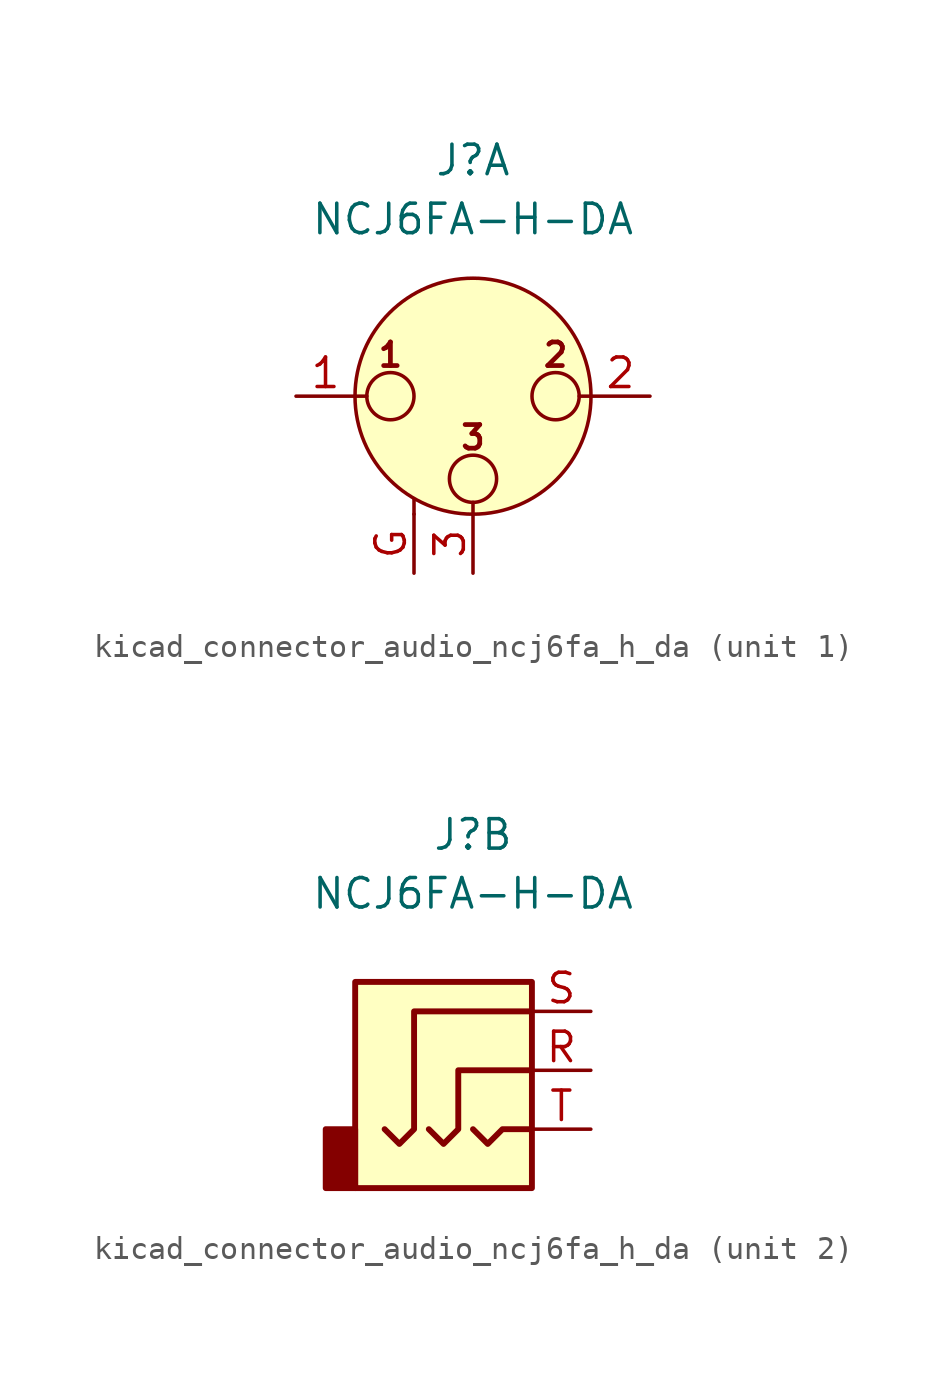
<source format=kicad_sym>
(kicad_symbol_lib
  (version 20220914)
  (generator kicad_symbol_editor)
  (symbol "kicad_connector_audio_ncj6fa_h_da"
    (pin_names hide)
    (property "Reference" "J"
      (at 0 10.16 0)
      (effects (font (size 1.27 1.27))))
    (property "Value" "NCJ6FA-H-DA"
      (at 0 7.62 0)
      (effects (font (size 1.27 1.27))))
    (symbol "kicad_connector_audio_ncj6fa_h_da_1_1"
      (circle (center -3.556 0) (radius 1.016) (stroke (width 0) (type default)) (fill (type none)))
      (circle (center 0 -3.556) (radius 1.016) (stroke (width 0) (type default)) (fill (type none)))
      (polyline (pts (xy -5.08 0) (xy -4.572 0)) (stroke (width 0) (type default)) (fill (type none)))
      (polyline (pts (xy -2.54 -5.08) (xy -2.54 -4.445)) (stroke (width 0) (type default)) (fill (type none)))
      (polyline (pts (xy 0 -5.08) (xy 0 -4.572)) (stroke (width 0) (type default)) (fill (type none)))
      (polyline (pts (xy 5.08 0) (xy 4.572 0)) (stroke (width 0) (type default)) (fill (type none)))
      (circle (center 0 0) (radius 5.08) (stroke (width 0) (type default)) (fill (type background)))
      (circle (center 3.556 0) (radius 1.016) (stroke (width 0) (type default)) (fill (type none)))
      (text "1" (at -3.556 1.778 0) (effects (font (size 1.016 1.016) bold)))
      (text "2" (at 3.556 1.778 0) (effects (font (size 1.016 1.016) bold)))
      (text "3" (at 0 -1.778 0) (effects (font (size 1.016 1.016) bold)))
      (pin passive line (at -7.62 0 0) (length 2.54) (name "~" (effects (font (size 1.27 1.27)))) (number "1" (effects (font (size 1.27 1.27)))))
      (pin passive line (at 7.62 0 180) (length 2.54) (name "~" (effects (font (size 1.27 1.27)))) (number "2" (effects (font (size 1.27 1.27)))))
      (pin passive line (at 0 -7.62 90) (length 2.54) (name "~" (effects (font (size 1.27 1.27)))) (number "3" (effects (font (size 1.27 1.27)))))
      (pin passive line (at -2.54 -7.62 90) (length 2.54) (name "~" (effects (font (size 1.27 1.27)))) (number "G" (effects (font (size 1.27 1.27))))))
    (symbol "kicad_connector_audio_ncj6fa_h_da_2_1"
      (rectangle (start -5.08 -2.54) (end -6.35 -5.08) (stroke (width 0.254) (type default)) (fill (type outline)))
      (polyline (pts (xy 0 -2.54) (xy 0.635 -3.175) (xy 1.27 -2.54) (xy 2.54 -2.54)) (stroke (width 0.254) (type default)) (fill (type none)))
      (polyline (pts (xy -1.905 -2.54) (xy -1.27 -3.175) (xy -0.635 -2.54) (xy -0.635 0) (xy 2.54 0)) (stroke (width 0.254) (type default)) (fill (type none)))
      (polyline (pts (xy 2.54 2.54) (xy -2.54 2.54) (xy -2.54 -2.54) (xy -3.175 -3.175) (xy -3.81 -2.54)) (stroke (width 0.254) (type default)) (fill (type none)))
      (rectangle (start 2.54 3.81) (end -5.08 -5.08) (stroke (width 0.254) (type default)) (fill (type background)))
      (pin passive line (at 5.08 0 180) (length 2.54) (name "~" (effects (font (size 1.27 1.27)))) (number "R" (effects (font (size 1.27 1.27)))))
      (pin passive line (at 5.08 2.54 180) (length 2.54) (name "~" (effects (font (size 1.27 1.27)))) (number "S" (effects (font (size 1.27 1.27)))))
      (pin passive line (at 5.08 -2.54 180) (length 2.54) (name "~" (effects (font (size 1.27 1.27)))) (number "T" (effects (font (size 1.27 1.27))))))))
</source>
